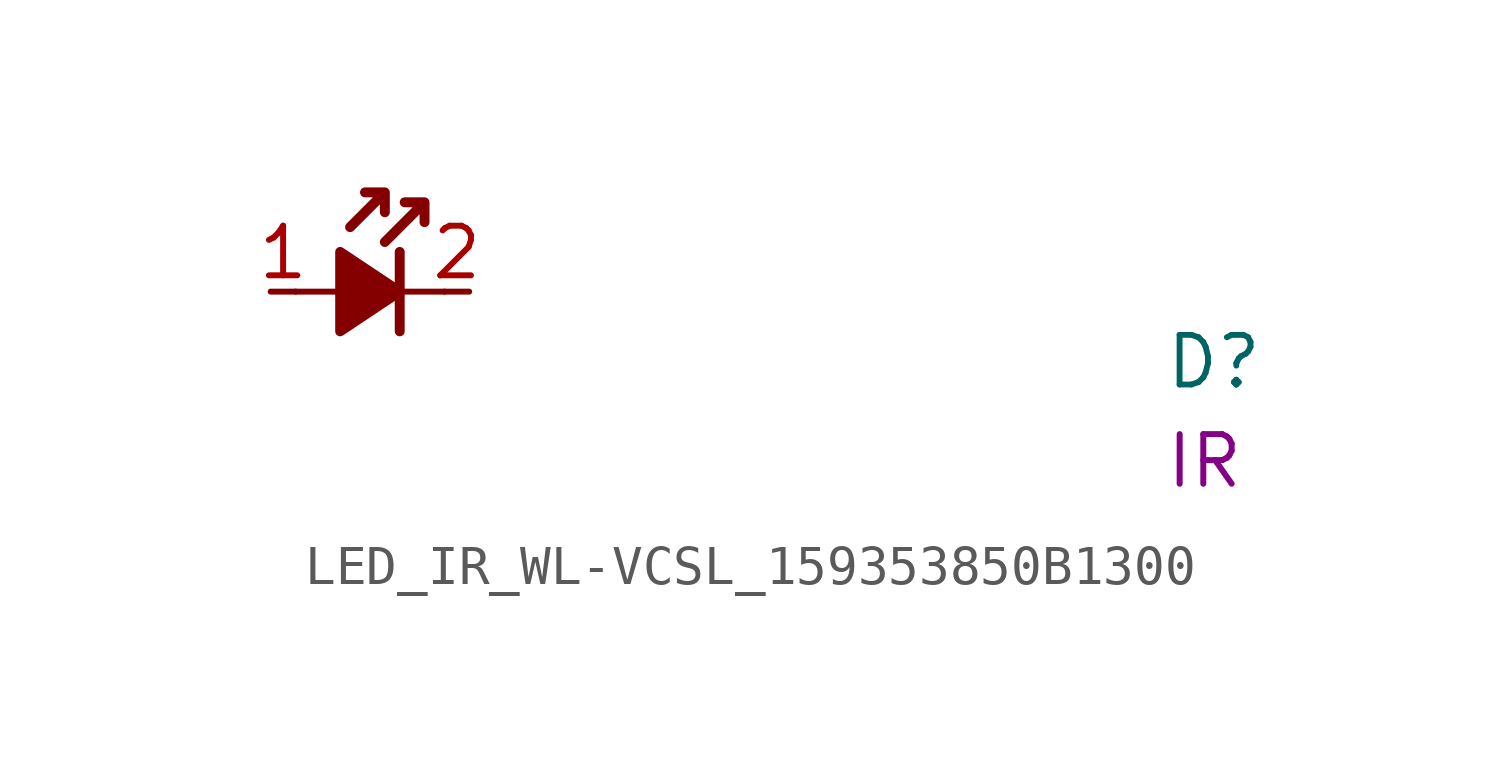
<source format=kicad_sym>
(kicad_symbol_lib
  (version 20220914)
  (generator kicad_symbol_editor)
  (symbol "LED_IR_WL-VCSL_159353850B1300"
    (pin_names hide)
    (property "Reference" "D"
      (at 22.86 -2.54 0)
      (effects (font (size 1.27 1.27) (thickness 0.15)) (justify left bottom)))
    (property "Color" "IR"
      (at 22.86 -5.08 0)
      (effects (font (size 1.27 1.27)) (justify left bottom)))
    (symbol "LED_IR_WL-VCSL_159353850B1300_0_1"
      (polyline (pts (xy 0.635 0) (xy 1.905 0)) (stroke (width 0) (type default)) (fill (type none)))
      (polyline (pts (xy 3.175 0) (xy 4.445 0)) (stroke (width 0) (type default)) (fill (type none))))
    (symbol "LED_IR_WL-VCSL_159353850B1300_1_1"
      (polyline (pts (xy 3.302 1.016) (xy 3.302 -1.016)) (stroke (width 0.254) (type default)) (fill (type none)))
      (polyline (pts (xy 1.778 1.016) (xy 1.778 -1.016) (xy 3.302 0) (xy 1.778 1.016)) (stroke (width 0.254) (type default)) (fill (type outline)))
      (polyline (pts (xy 2.921 2.54) (xy 2.921 2.032) (xy 2.921 2.54) (xy 2.413 2.54) (xy 2.921 2.54) (xy 2.032 1.651)) (stroke (width 0.254) (type default)) (fill (type none)))
      (polyline (pts (xy 3.937 2.286) (xy 3.937 1.778) (xy 3.937 2.286) (xy 3.429 2.286) (xy 3.937 2.286) (xy 2.921 1.27)) (stroke (width 0.254) (type default)) (fill (type none)))
      (pin passive line (at 0 0 0) (length 0.635) (name "A" (effects (font (size 1.27 1.27)))) (number "1" (effects (font (size 1.27 1.27)))))
      (pin passive line (at 5.08 0 180) (length 0.635) (name "C" (effects (font (size 1.27 1.27)))) (number "2" (effects (font (size 1.27 1.27))))))))
</source>
